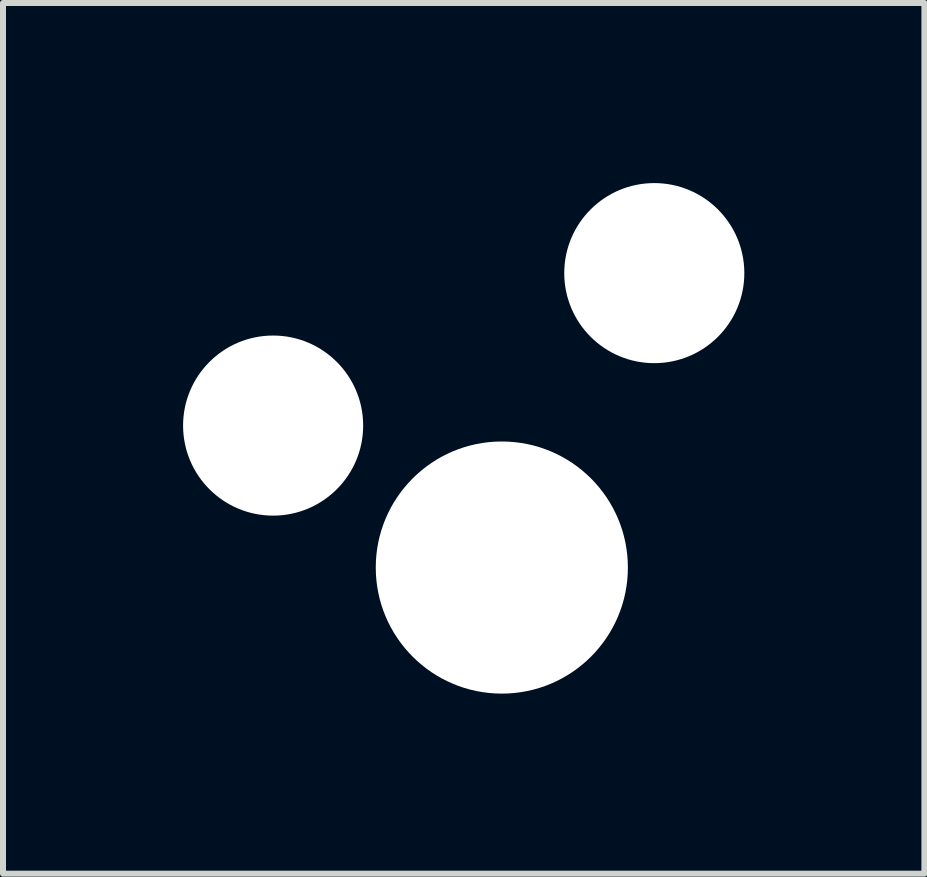
<source format=kicad_pcb>
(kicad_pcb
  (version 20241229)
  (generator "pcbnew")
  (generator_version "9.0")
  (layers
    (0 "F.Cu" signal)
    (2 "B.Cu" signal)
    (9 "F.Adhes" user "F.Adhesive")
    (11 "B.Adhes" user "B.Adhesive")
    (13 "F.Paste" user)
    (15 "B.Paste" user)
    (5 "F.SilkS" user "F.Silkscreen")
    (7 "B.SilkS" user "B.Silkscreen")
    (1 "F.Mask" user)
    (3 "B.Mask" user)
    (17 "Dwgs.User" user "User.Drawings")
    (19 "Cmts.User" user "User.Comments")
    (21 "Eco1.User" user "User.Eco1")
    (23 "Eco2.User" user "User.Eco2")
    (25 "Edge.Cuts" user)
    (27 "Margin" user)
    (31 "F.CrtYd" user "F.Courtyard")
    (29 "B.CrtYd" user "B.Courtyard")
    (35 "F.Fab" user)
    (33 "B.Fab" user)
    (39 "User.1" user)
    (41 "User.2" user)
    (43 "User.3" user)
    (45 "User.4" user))
  (footprint "chip"
    (layer "F.Cu")
    (at 5.31 6.405)
    (property "Reference" "chip" (at 0 0 0) (layer "F.SilkS") (effects (font (size 1.27 1.27) (thickness 0.15))))
    (attr through_hole)
    (pad "" np_thru_hole circle (at -3.81 -2.365) (size 3 3) (drill 3) (layers "*.Cu" "*.Mask"))
    (pad "" np_thru_hole circle (at 0 0) (size 4.2 4.2) (drill 4.2) (layers "*.Cu" "*.Mask"))
    (pad "" np_thru_hole circle (at 2.54 -4.905) (size 3 3) (drill 3) (layers "*.Cu" "*.Mask")))
  (gr_rect
    (start -3 -3)
    (end 12.35 11.505)
    (stroke (width 0.1) (type default))
    (fill no)
    (layer "Edge.Cuts")))
</source>
